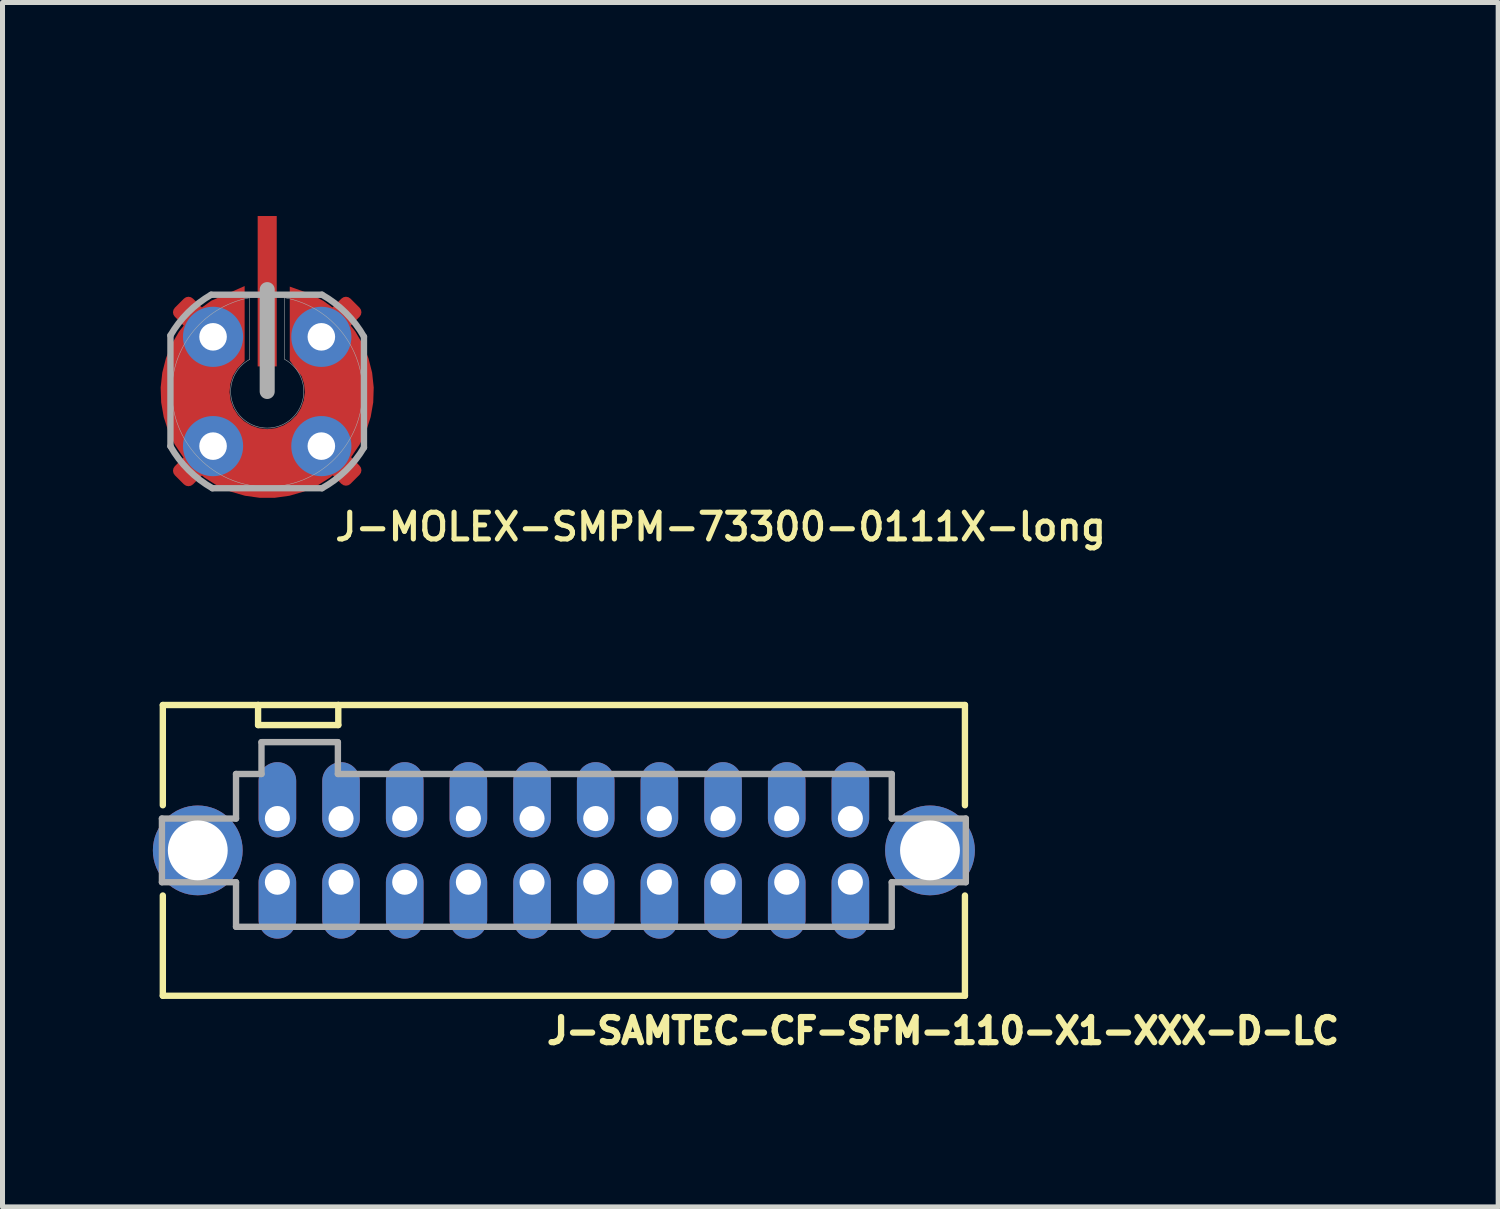
<source format=kicad_pcb>
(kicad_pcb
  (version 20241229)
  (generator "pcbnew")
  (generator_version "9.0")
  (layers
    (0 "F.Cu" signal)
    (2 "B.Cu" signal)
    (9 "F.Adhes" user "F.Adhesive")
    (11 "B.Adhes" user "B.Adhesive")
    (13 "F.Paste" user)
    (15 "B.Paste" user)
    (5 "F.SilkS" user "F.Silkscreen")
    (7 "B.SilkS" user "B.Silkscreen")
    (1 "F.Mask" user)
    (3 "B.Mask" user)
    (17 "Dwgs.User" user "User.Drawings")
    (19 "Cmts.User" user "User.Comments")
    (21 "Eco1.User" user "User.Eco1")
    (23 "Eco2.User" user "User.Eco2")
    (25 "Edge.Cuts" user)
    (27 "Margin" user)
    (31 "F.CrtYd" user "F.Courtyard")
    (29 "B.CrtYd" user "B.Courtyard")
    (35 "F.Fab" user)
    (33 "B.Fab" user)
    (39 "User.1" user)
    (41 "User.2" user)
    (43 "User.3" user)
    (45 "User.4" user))
  (footprint "J-SAMTEC-CF-SFM-110-X1-XXX-D-LC"
    (layer "F.Cu")
    (at 8.198 13.913)
    (property "Reference" "J-SAMTEC-CF-SFM-110-X1-XXX-D-LC" (at -0.4 3.6 0) (layer "F.SilkS") (effects (font (size 0.5 0.5) (thickness 0.125) (bold yes)) (justify left)))
    (fp_line (start -8 -2.9) (end -8 -0.9) (stroke (width 0.127) (type solid)) (layer "F.SilkS"))
    (fp_line (start -8 0.9) (end -8 2.9) (stroke (width 0.127) (type solid)) (layer "F.SilkS"))
    (fp_line (start -6.1 -2.9) (end -8 -2.9) (stroke (width 0.127) (type solid)) (layer "F.SilkS"))
    (fp_line (start -6.1 -2.9) (end -6.1 -2.5) (stroke (width 0.127) (type solid)) (layer "F.SilkS"))
    (fp_line (start -6.1 -2.5) (end -4.5 -2.5) (stroke (width 0.127) (type solid)) (layer "F.SilkS"))
    (fp_line (start -4.5 -2.9) (end -6.1 -2.9) (stroke (width 0.127) (type solid)) (layer "F.SilkS"))
    (fp_line (start -4.5 -2.5) (end -4.5 -2.9) (stroke (width 0.127) (type solid)) (layer "F.SilkS"))
    (fp_line (start 8 -2.9) (end -4.5 -2.9) (stroke (width 0.127) (type solid)) (layer "F.SilkS"))
    (fp_line (start 8 -2.9) (end 8 -0.9) (stroke (width 0.127) (type solid)) (layer "F.SilkS"))
    (fp_line (start 8 0.9) (end 8 2.9) (stroke (width 0.127) (type solid)) (layer "F.SilkS"))
    (fp_line (start 8 2.9) (end -8 2.9) (stroke (width 0.127) (type solid)) (layer "F.SilkS"))
    (fp_line (start -8.018 -0.635) (end -6.54 -0.635) (stroke (width 0.127) (type solid)) (layer "F.Fab"))
    (fp_line (start -8.018 0.635) (end -8.018 -0.635) (stroke (width 0.127) (type solid)) (layer "F.Fab"))
    (fp_line (start -6.54 -1.524) (end -6.032 -1.524) (stroke (width 0.127) (type solid)) (layer "F.Fab"))
    (fp_line (start -6.54 -0.635) (end -6.54 -1.524) (stroke (width 0.127) (type solid)) (layer "F.Fab"))
    (fp_line (start -6.54 0.635) (end -8.018 0.635) (stroke (width 0.127) (type solid)) (layer "F.Fab"))
    (fp_line (start -6.54 1.524) (end -6.54 0.635) (stroke (width 0.127) (type solid)) (layer "F.Fab"))
    (fp_line (start -6.032 -2.159) (end -4.508 -2.159) (stroke (width 0.127) (type solid)) (layer "F.Fab"))
    (fp_line (start -6.032 -1.524) (end -6.032 -2.159) (stroke (width 0.127) (type solid)) (layer "F.Fab"))
    (fp_line (start -4.508 -2.159) (end -4.508 -1.524) (stroke (width 0.127) (type solid)) (layer "F.Fab"))
    (fp_line (start -4.508 -1.524) (end 6.54 -1.524) (stroke (width 0.127) (type solid)) (layer "F.Fab"))
    (fp_line (start 6.54 -1.524) (end 6.54 -0.635) (stroke (width 0.127) (type solid)) (layer "F.Fab"))
    (fp_line (start 6.54 -0.635) (end 8.018 -0.635) (stroke (width 0.127) (type solid)) (layer "F.Fab"))
    (fp_line (start 6.54 0.635) (end 6.54 1.524) (stroke (width 0.127) (type solid)) (layer "F.Fab"))
    (fp_line (start 6.54 1.524) (end -6.54 1.524) (stroke (width 0.127) (type solid)) (layer "F.Fab"))
    (fp_line (start 8.018 -0.635) (end 8.018 0.635) (stroke (width 0.127) (type solid)) (layer "F.Fab"))
    (fp_line (start 8.018 0.635) (end 6.54 0.635) (stroke (width 0.127) (type solid)) (layer "F.Fab"))
    (pad "1" thru_hole oval (at 5.715 0.635 270) (size 1.5 0.75) (drill 0.5 (offset 0.375 0)) (layers "*.Cu" "*.Mask"))
    (pad "2" thru_hole oval (at 5.715 -0.635 90) (size 1.5 0.75) (drill 0.5 (offset 0.375 0)) (layers "*.Cu" "*.Mask"))
    (pad "3" thru_hole oval (at 4.445 0.635 270) (size 1.5 0.75) (drill 0.5 (offset 0.375 0)) (layers "*.Cu" "*.Mask"))
    (pad "4" thru_hole oval (at 4.445 -0.635 90) (size 1.5 0.75) (drill 0.5 (offset 0.375 0)) (layers "*.Cu" "*.Mask"))
    (pad "5" thru_hole oval (at 3.175 0.635 270) (size 1.5 0.75) (drill 0.5 (offset 0.375 0)) (layers "*.Cu" "*.Mask"))
    (pad "6" thru_hole oval (at 3.175 -0.635 90) (size 1.5 0.75) (drill 0.5 (offset 0.375 0)) (layers "*.Cu" "*.Mask"))
    (pad "7" thru_hole oval (at 1.905 0.635 270) (size 1.5 0.75) (drill 0.5 (offset 0.375 0)) (layers "*.Cu" "*.Mask"))
    (pad "8" thru_hole oval (at 1.905 -0.635 90) (size 1.5 0.75) (drill 0.5 (offset 0.375 0)) (layers "*.Cu" "*.Mask"))
    (pad "9" thru_hole oval (at 0.635 0.635 270) (size 1.5 0.75) (drill 0.5 (offset 0.375 0)) (layers "*.Cu" "*.Mask"))
    (pad "10" thru_hole oval (at 0.635 -0.635 90) (size 1.5 0.75) (drill 0.5 (offset 0.375 0)) (layers "*.Cu" "*.Mask"))
    (pad "11" thru_hole oval (at -0.635 0.635 270) (size 1.5 0.75) (drill 0.5 (offset 0.375 0)) (layers "*.Cu" "*.Mask"))
    (pad "12" thru_hole oval (at -0.635 -0.635 90) (size 1.5 0.75) (drill 0.5 (offset 0.375 0)) (layers "*.Cu" "*.Mask"))
    (pad "13" thru_hole oval (at -1.905 0.635 270) (size 1.5 0.75) (drill 0.5 (offset 0.375 0)) (layers "*.Cu" "*.Mask"))
    (pad "14" thru_hole oval (at -1.905 -0.635 90) (size 1.5 0.75) (drill 0.5 (offset 0.375 0)) (layers "*.Cu" "*.Mask"))
    (pad "15" thru_hole oval (at -3.175 0.635 270) (size 1.5 0.75) (drill 0.5 (offset 0.375 0)) (layers "*.Cu" "*.Mask"))
    (pad "16" thru_hole oval (at -3.175 -0.635 90) (size 1.5 0.75) (drill 0.5 (offset 0.375 0)) (layers "*.Cu" "*.Mask"))
    (pad "17" thru_hole oval (at -4.445 0.635 270) (size 1.5 0.75) (drill 0.5 (offset 0.375 0)) (layers "*.Cu" "*.Mask"))
    (pad "18" thru_hole oval (at -4.445 -0.635 90) (size 1.5 0.75) (drill 0.5 (offset 0.375 0)) (layers "*.Cu" "*.Mask"))
    (pad "19" thru_hole oval (at -5.715 0.635 270) (size 1.5 0.75) (drill 0.5 (offset 0.375 0)) (layers "*.Cu" "*.Mask"))
    (pad "20" thru_hole oval (at -5.715 -0.635 90) (size 1.5 0.75) (drill 0.5 (offset 0.375 0)) (layers "*.Cu" "*.Mask"))
    (pad "LC1" thru_hole circle (at 7.303 0) (size 1.791 1.791) (drill 1.194) (layers "*.Cu" "*.Mask"))
    (pad "LC2" thru_hole circle (at -7.303 0) (size 1.791 1.791) (drill 1.194) (layers "*.Cu" "*.Mask")))
  (footprint "J-MOLEX-SMPM-73300-0111X-long"
    (layer "F.Cu")
    (at 2.28 4.759)
    (property "Reference" "J-MOLEX-SMPM-73300-0111X-long" (at 1.3 2.7 180) (layer "F.SilkS") (effects (font (size 0.533 0.533) (thickness 0.102)) (justify left)))
    (fp_rect (start 1.2 -2.3) (end -1.2 -1.8) (stroke (width 0.12) (type solid)) (fill yes) (layer "F.Mask"))
    (fp_circle (center 0 0) (end 2.22 0) (stroke (width 0.12) (type solid)) (fill yes) (layer "F.Mask"))
    (fp_poly (pts (xy -1.2 -2.65) (xy 1.2 -2.65) (arc (start 1.2 -3.5) (mid 0 -4.7) (end -1.2 -3.5))) (stroke (width 0.12) (type solid)) (fill yes) (layer "F.Mask"))
    (fp_line (start -1.93 1.092) (end -1.93 -1.118) (stroke (width 0.127) (type solid)) (layer "F.Fab"))
    (fp_line (start -1.118 -1.93) (end 1.092 -1.93) (stroke (width 0.127) (type solid)) (layer "F.Fab"))
    (fp_line (start -0.35 -1.87) (end -0.35 -0.64) (stroke (width 0.01) (type solid)) (layer "F.Fab"))
    (fp_line (start 0 0) (end 0 -2.032) (stroke (width 0.3) (type solid)) (layer "F.Fab"))
    (fp_line (start 0.35 -0.64) (end 0.35 -1.87) (stroke (width 0.01) (type solid)) (layer "F.Fab"))
    (fp_line (start 1.092 1.93) (end -1.092 1.93) (stroke (width 0.127) (type solid)) (layer "F.Fab"))
    (fp_line (start 1.93 -1.092) (end 1.93 1.118) (stroke (width 0.127) (type solid)) (layer "F.Fab"))
    (fp_arc (start -1.9304 -1.1176) (mid -1.577471 -1.577471) (end -1.1176 -1.9304) (stroke (width 0.127) (type solid)) (layer "F.Fab"))
    (fp_arc (start -1.0922 1.9304) (mid -1.568103 1.568103) (end -1.9304 1.0922) (stroke (width 0.127) (type solid)) (layer "F.Fab"))
    (fp_arc (start 0.35 -1.87) (mid 0 1.902472) (end -0.35 -1.87) (stroke (width 0.01) (type solid)) (layer "F.Fab"))
    (fp_arc (start 0.35 -0.64) (mid 0 0.729452) (end -0.35 -0.64) (stroke (width 0.01) (type solid)) (layer "F.Fab"))
    (fp_arc (start 1.0922 -1.9304) (mid 1.568334 -1.568334) (end 1.9304 -1.0922) (stroke (width 0.127) (type solid)) (layer "F.Fab"))
    (fp_arc (start 1.9304 1.1176) (mid 1.565578 1.579974) (end 1.0922 1.9304) (stroke (width 0.127) (type solid)) (layer "F.Fab"))
    (pad "GND" smd roundrect (at -1.08 -1.09 225) (size 0.512 1.3) (drill (offset 0 0.3)) (layers "F.Cu") (roundrect_rratio 0.25))
    (pad "GND" thru_hole circle (at -1.08 -1.09 180) (size 1.2 1.2) (drill 0.55) (layers "*.Cu" "*.Mask"))
    (pad "GND" smd roundrect (at -1.08 1.09 315) (size 0.512 1.3) (drill (offset 0 0.3)) (layers "F.Cu") (roundrect_rratio 0.25))
    (pad "GND" thru_hole circle (at -1.08 1.09 180) (size 1.2 1.2) (drill 0.55) (layers "*.Cu" "*.Mask"))
    (pad "GND" smd custom (at 0 1.419) (size 0.512 0.482) (layers "F.Cu" "F.Mask" "F.Paste") (options (anchor rect)) (primitives (gr_poly (pts (xy -0.45 -2.029) (xy -0.599 -1.871) (xy -0.684 -1.729) (xy -0.735 -1.57) (xy -0.751 -1.405) (xy -0.729 -1.24) (xy -0.672 -1.084) (xy -0.582 -0.945) (xy -0.463 -0.828) (xy -0.322 -0.741) (xy -0.165 -0.686) (xy 0 -0.668) (xy 0.165 -0.686) (xy 0.322 -0.741) (xy 0.463 -0.828) (xy 0.582 -0.945) (xy 0.672 -1.084) (xy 0.729 -1.24) (xy 0.751 -1.405) (xy 0.735 -1.57) (xy 0.686 -1.723) (xy 0.45 -2.035) (xy 0.45 -3.511) (xy 0.857 -3.365) (xy 1.12 -3.227) (xy 1.361 -3.053) (xy 1.575 -2.847) (xy 1.759 -2.614) (xy 1.908 -2.357) (xy 2.02 -2.082) (xy 2.093 -1.794) (xy 2.125 -1.498) (xy 2.115 -1.201) (xy 2.064 -0.909) (xy 1.973 -0.626) (xy 1.843 -0.359) (xy 1.677 -0.112) (xy 1.479 0.109) (xy 1.251 0.3) (xy 1 0.458) (xy 0.728 0.579) (xy 0.443 0.661) (xy 0.149 0.702) (xy -0.149 0.702) (xy -0.443 0.661) (xy -0.728 0.579) (xy -1 0.458) (xy -1.251 0.3) (xy -1.479 0.109) (xy -1.677 -0.112) (xy -1.843 -0.359) (xy -1.973 -0.626) (xy -2.064 -0.909) (xy -2.115 -1.201) (xy -2.125 -1.498) (xy -2.093 -1.794) (xy -2.02 -2.082) (xy -1.908 -2.357) (xy -1.759 -2.614) (xy -1.575 -2.847) (xy -1.361 -3.053) (xy -1.117 -3.229) (xy -0.45 -3.522)) (width 0) (fill yes))))
    (pad "GND" smd roundrect (at 1.08 -1.09 135) (size 0.512 1.3) (drill (offset 0 0.3)) (layers "F.Cu") (roundrect_rratio 0.25))
    (pad "GND" thru_hole circle (at 1.08 -1.09 180) (size 1.2 1.2) (drill 0.55) (layers "*.Cu" "*.Mask"))
    (pad "GND" smd roundrect (at 1.08 1.08 45) (size 0.512 1.3) (drill (offset 0 0.3)) (layers "F.Cu") (roundrect_rratio 0.25))
    (pad "GND" thru_hole circle (at 1.08 1.09 180) (size 1.2 1.2) (drill 0.55) (layers "*.Cu" "*.Mask"))
    (pad "RF-DOWN" smd rect (at 0 -3.5 180) (size 0.38 3) (drill (offset 0 -1.5)) (layers "F.Cu"))
    (zone (net_name "") (layer "F.Cu") (hatch edge 0.508) (connect_pads) (min_thickness 0.254) (filled_areas_thickness no) (keepout (tracks allowed) (vias not_allowed) (pads allowed) (copperpour not_allowed) (footprints allowed)) (placement (enabled no)) (fill) (polygon (pts (xy 3.47 1.259) (xy 3.47 5.759) (xy 1.09 5.759) (xy 1.09 1.259)))))
  (gr_rect
    (start -3 -3)
    (end 26.835 21.025)
    (stroke (width 0.1) (type default))
    (fill no)
    (layer "Edge.Cuts")))
</source>
